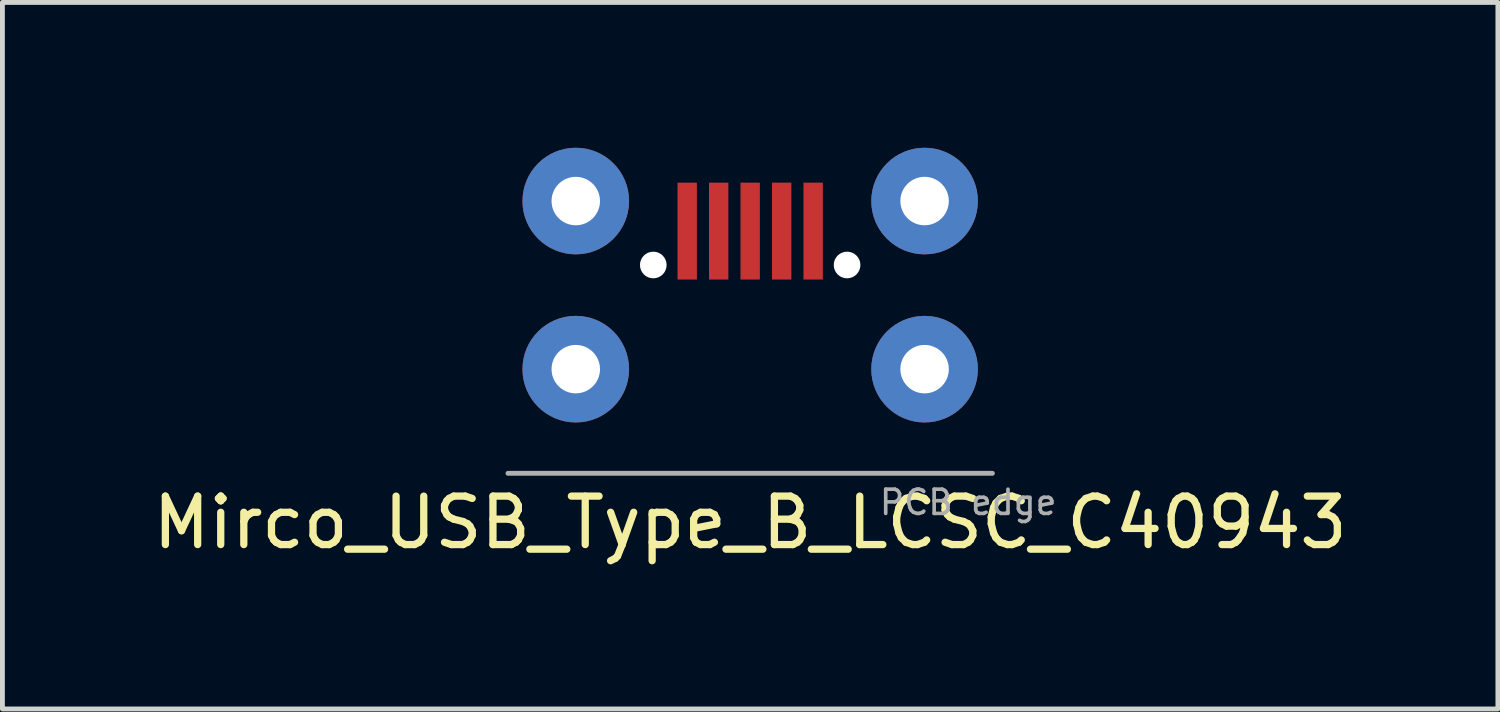
<source format=kicad_pcb>
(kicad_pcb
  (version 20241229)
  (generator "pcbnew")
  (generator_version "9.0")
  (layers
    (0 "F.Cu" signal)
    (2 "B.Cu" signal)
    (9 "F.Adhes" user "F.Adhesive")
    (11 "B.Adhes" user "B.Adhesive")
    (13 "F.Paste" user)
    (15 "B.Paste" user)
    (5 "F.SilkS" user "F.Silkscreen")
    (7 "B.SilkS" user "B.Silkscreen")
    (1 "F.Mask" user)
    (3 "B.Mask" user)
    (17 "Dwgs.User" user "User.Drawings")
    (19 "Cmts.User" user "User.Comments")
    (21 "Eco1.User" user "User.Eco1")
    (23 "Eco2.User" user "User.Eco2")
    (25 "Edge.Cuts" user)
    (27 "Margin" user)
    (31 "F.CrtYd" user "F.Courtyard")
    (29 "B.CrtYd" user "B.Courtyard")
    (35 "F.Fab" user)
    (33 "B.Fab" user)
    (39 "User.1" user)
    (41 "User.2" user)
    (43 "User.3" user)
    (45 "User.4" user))
  (footprint "Mirco_USB_Type_B_LCSC_C40943"
    (layer "F.Cu")
    (at 12.435 6.72)
    (property "Reference" "Mirco_USB_Type_B_LCSC_C40943" (at 0 1.016 0) (layer "F.SilkS") (effects (font (size 1 1) (thickness 0.15))))
    (attr smd)
    (fp_line (start -5 0) (end 5 0) (stroke (width 0.1) (type solid)) (layer "F.Fab"))
    (fp_text user "PCB edge" (at 4.5 0.6 0) (layer "F.Fab") (effects (font (size 0.5 0.5) (thickness 0.075))))
    (pad "" np_thru_hole circle (at -2 -4.3) (size 0.55 0.55) (drill 0.55) (layers "*.Cu"))
    (pad "" np_thru_hole circle (at 2 -4.3) (size 0.55 0.55) (drill 0.55) (layers "*.Cu"))
    (pad "1" smd rect (at -1.3 -5) (size 0.4 2) (layers "F.Cu" "F.Mask" "F.Paste"))
    (pad "2" smd rect (at -0.65 -5) (size 0.4 2) (layers "F.Cu" "F.Mask" "F.Paste"))
    (pad "3" smd rect (at 0 -5) (size 0.4 2) (layers "F.Cu" "F.Mask" "F.Paste"))
    (pad "4" smd rect (at 0.65 -5) (size 0.4 2) (layers "F.Cu" "F.Mask" "F.Paste"))
    (pad "5" smd rect (at 1.3 -5) (size 0.4 2) (layers "F.Cu" "F.Mask" "F.Paste"))
    (pad "6" thru_hole circle (at -3.6 -5.62) (size 2.2 2.2) (drill 1) (layers "*.Cu" "*.Mask"))
    (pad "6" thru_hole circle (at -3.6 -2.15) (size 2.2 2.2) (drill 1) (layers "*.Cu" "*.Mask"))
    (pad "6" thru_hole circle (at 3.6 -5.62) (size 2.2 2.2) (drill 1) (layers "*.Cu" "*.Mask"))
    (pad "6" thru_hole circle (at 3.6 -2.15) (size 2.2 2.2) (drill 1) (layers "*.Cu" "*.Mask")))
  (gr_rect
    (start -3 -3)
    (end 27.869 11.584)
    (stroke (width 0.1) (type default))
    (fill no)
    (layer "Edge.Cuts")))
</source>
